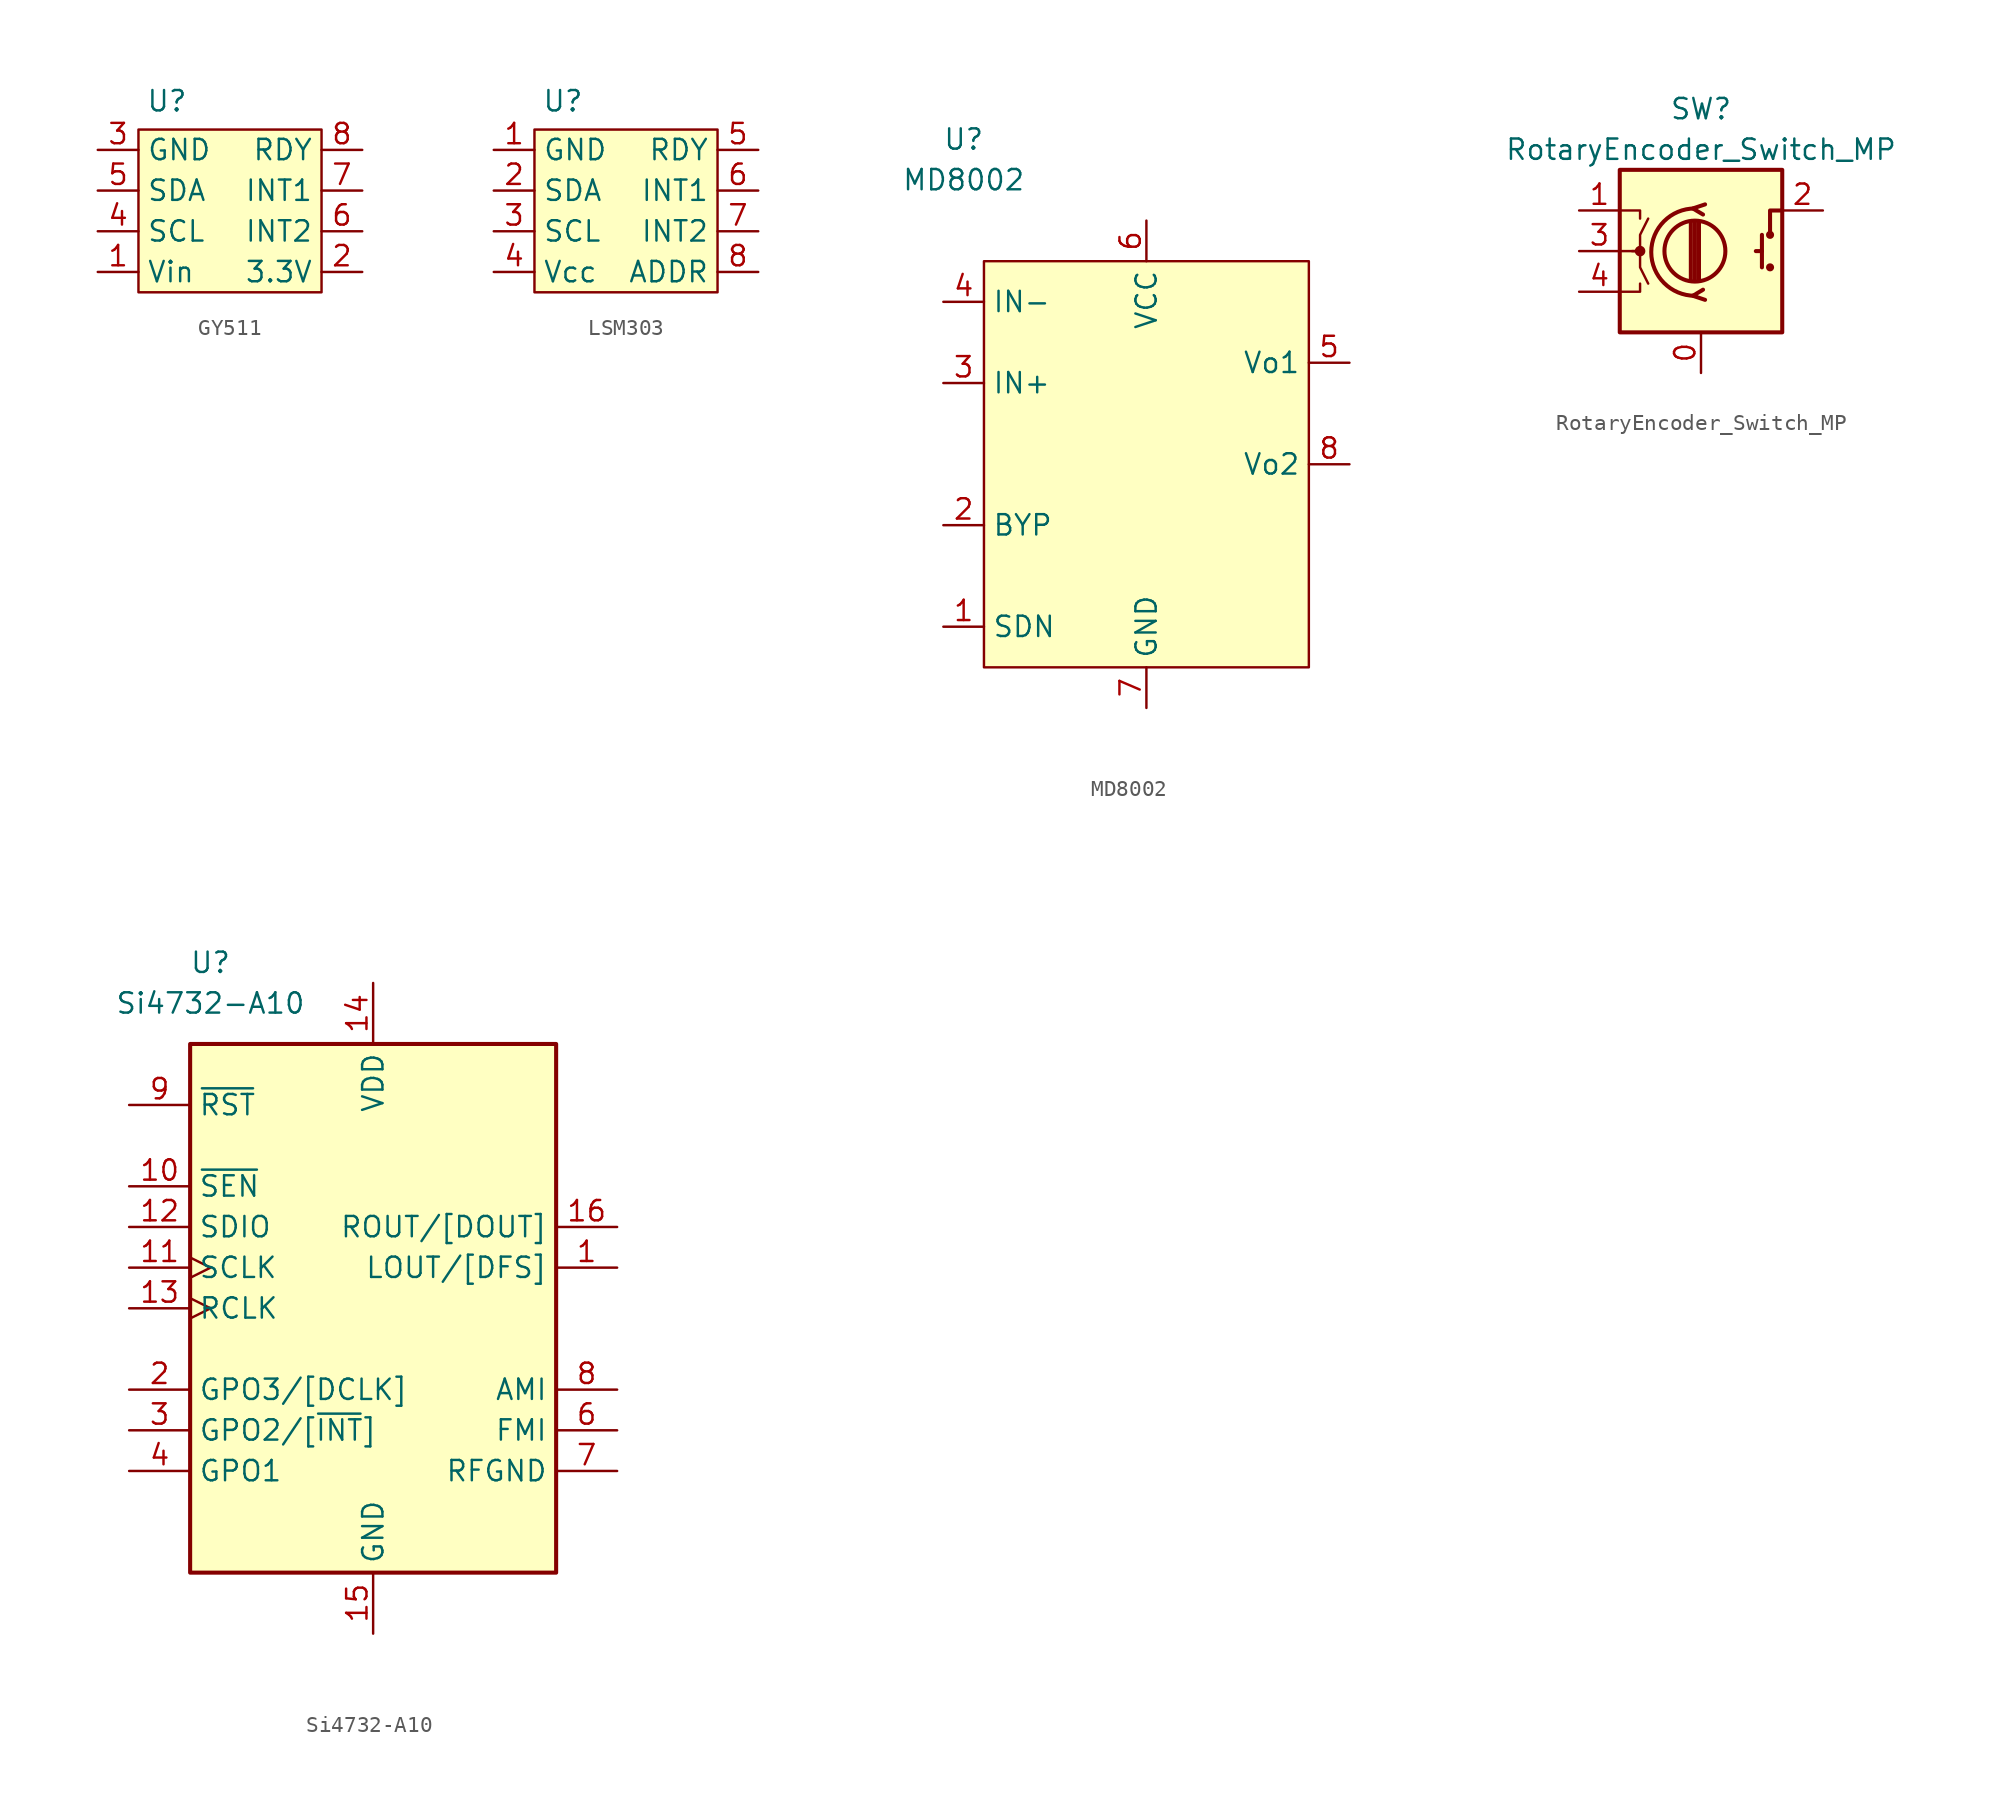
<source format=kicad_sym>
(kicad_symbol_lib
  (version 20231120)
  (generator "kicad_symbol_editor")
  (generator_version "8.0")
  (symbol "GY511"
    (property "Reference" "U"
      (at -4.572 6.858 0)
      (effects (font (size 1.27 1.27))))
    (property "Value" ""
      (at 0 0 0)
      (effects (font (size 1.27 1.27))))
    (symbol "GY511_1_1"
      (rectangle (start -6.35 5.08) (end 5.08 -5.08) (stroke (width 0) (type default)) (fill (type background)))
      (pin power_in line (at -8.89 -3.81 0) (length 2.54) (name "Vin" (effects (font (size 1.27 1.27)))) (number "1" (effects (font (size 1.27 1.27)))))
      (pin input line (at 7.62 -3.81 180) (length 2.54) (name "3.3V" (effects (font (size 1.27 1.27)))) (number "2" (effects (font (size 1.27 1.27)))))
      (pin power_in line (at -8.89 3.81 0) (length 2.54) (name "GND" (effects (font (size 1.27 1.27)))) (number "3" (effects (font (size 1.27 1.27)))))
      (pin bidirectional line (at -8.89 -1.27 0) (length 2.54) (name "SCL" (effects (font (size 1.27 1.27)))) (number "4" (effects (font (size 1.27 1.27)))))
      (pin bidirectional line (at -8.89 1.27 0) (length 2.54) (name "SDA" (effects (font (size 1.27 1.27)))) (number "5" (effects (font (size 1.27 1.27)))))
      (pin output line (at 7.62 -1.27 180) (length 2.54) (name "INT2" (effects (font (size 1.27 1.27)))) (number "6" (effects (font (size 1.27 1.27)))))
      (pin output line (at 7.62 1.27 180) (length 2.54) (name "INT1" (effects (font (size 1.27 1.27)))) (number "7" (effects (font (size 1.27 1.27)))))
      (pin output line (at 7.62 3.81 180) (length 2.54) (name "RDY" (effects (font (size 1.27 1.27)))) (number "8" (effects (font (size 1.27 1.27)))))))
  (symbol "LSM303"
    (property "Reference" "U"
      (at -4.572 6.858 0)
      (effects (font (size 1.27 1.27))))
    (property "Value" ""
      (at 0 0 0)
      (effects (font (size 1.27 1.27))))
    (symbol "LSM303_1_1"
      (rectangle (start -6.35 5.08) (end 5.08 -5.08) (stroke (width 0) (type default)) (fill (type background)))
      (pin power_in line (at -8.89 3.81 0) (length 2.54) (name "GND" (effects (font (size 1.27 1.27)))) (number "1" (effects (font (size 1.27 1.27)))))
      (pin bidirectional line (at -8.89 1.27 0) (length 2.54) (name "SDA" (effects (font (size 1.27 1.27)))) (number "2" (effects (font (size 1.27 1.27)))))
      (pin bidirectional line (at -8.89 -1.27 0) (length 2.54) (name "SCL" (effects (font (size 1.27 1.27)))) (number "3" (effects (font (size 1.27 1.27)))))
      (pin power_in line (at -8.89 -3.81 0) (length 2.54) (name "Vcc" (effects (font (size 1.27 1.27)))) (number "4" (effects (font (size 1.27 1.27)))))
      (pin output line (at 7.62 3.81 180) (length 2.54) (name "RDY" (effects (font (size 1.27 1.27)))) (number "5" (effects (font (size 1.27 1.27)))))
      (pin output line (at 7.62 1.27 180) (length 2.54) (name "INT1" (effects (font (size 1.27 1.27)))) (number "6" (effects (font (size 1.27 1.27)))))
      (pin output line (at 7.62 -1.27 180) (length 2.54) (name "INT2" (effects (font (size 1.27 1.27)))) (number "7" (effects (font (size 1.27 1.27)))))
      (pin input line (at 7.62 -3.81 180) (length 2.54) (name "ADDR" (effects (font (size 1.27 1.27)))) (number "8" (effects (font (size 1.27 1.27)))))))
  (symbol "MD8002"
    (property "Reference" "U"
      (at -1.27 7.62 0)
      (effects (font (size 1.27 1.27))))
    (property "Value" "MD8002"
      (at -1.27 5.08 0)
      (effects (font (size 1.27 1.27))))
    (symbol "MD8002_0_1"
      (rectangle (start 0 0) (end 20.32 -25.4) (stroke (width 0) (type default)) (fill (type background))))
    (symbol "MD8002_1_1"
      (pin input line (at -2.54 -22.86 0) (length 2.54) (name "SDN" (effects (font (size 1.27 1.27)))) (number "1" (effects (font (size 1.27 1.27)))))
      (pin input line (at -2.54 -16.51 0) (length 2.54) (name "BYP" (effects (font (size 1.27 1.27)))) (number "2" (effects (font (size 1.27 1.27)))))
      (pin input line (at -2.54 -7.62 0) (length 2.54) (name "IN+" (effects (font (size 1.27 1.27)))) (number "3" (effects (font (size 1.27 1.27)))))
      (pin input line (at -2.54 -2.54 0) (length 2.54) (name "IN-" (effects (font (size 1.27 1.27)))) (number "4" (effects (font (size 1.27 1.27)))))
      (pin output line (at 22.86 -6.35 180) (length 2.54) (name "Vo1" (effects (font (size 1.27 1.27)))) (number "5" (effects (font (size 1.27 1.27)))))
      (pin power_in line (at 10.16 2.54 270) (length 2.54) (name "VCC" (effects (font (size 1.27 1.27)))) (number "6" (effects (font (size 1.27 1.27)))))
      (pin power_in line (at 10.16 -27.94 90) (length 2.54) (name "GND" (effects (font (size 1.27 1.27)))) (number "7" (effects (font (size 1.27 1.27)))))
      (pin output line (at 22.86 -12.7 180) (length 2.54) (name "Vo2" (effects (font (size 1.27 1.27)))) (number "8" (effects (font (size 1.27 1.27)))))))
  (symbol "RotaryEncoder_Switch_MP"
    (pin_names
      (offset 0.254) hide)
    (property "Reference" "SW"
      (at 0 8.89 0)
      (effects (font (size 1.27 1.27))))
    (property "Value" "RotaryEncoder_Switch_MP"
      (at 0 6.35 0)
      (effects (font (size 1.27 1.27))))
    (symbol "RotaryEncoder_Switch_MP_0_1"
      (rectangle (start -5.08 5.08) (end 5.08 -5.08) (stroke (width 0.254) (type default)) (fill (type background)))
      (circle (center -3.81 0) (radius 0.254) (stroke (width 0) (type default)) (fill (type outline)))
      (circle (center -0.381 0) (radius 1.905) (stroke (width 0.254) (type default)) (fill (type none)))
      (arc (start -0.381 2.667) (mid -3.0988 -0.0635) (end -0.381 -2.794) (stroke (width 0.254) (type default)) (fill (type none)))
      (polyline (pts (xy -0.635 -1.778) (xy -0.635 1.778)) (stroke (width 0.254) (type default)) (fill (type none)))
      (polyline (pts (xy -0.381 -1.778) (xy -0.381 1.778)) (stroke (width 0.254) (type default)) (fill (type none)))
      (polyline (pts (xy -0.127 1.778) (xy -0.127 -1.778)) (stroke (width 0.254) (type default)) (fill (type none)))
      (polyline (pts (xy 3.81 0) (xy 3.429 0)) (stroke (width 0.254) (type default)) (fill (type none)))
      (polyline (pts (xy 3.81 1.016) (xy 3.81 -1.016)) (stroke (width 0.254) (type default)) (fill (type none)))
      (polyline (pts (xy -5.08 -2.54) (xy -3.81 -2.54) (xy -3.81 -2.032)) (stroke (width 0) (type default)) (fill (type none)))
      (polyline (pts (xy -5.08 2.54) (xy -3.81 2.54) (xy -3.81 2.032)) (stroke (width 0) (type default)) (fill (type none)))
      (polyline (pts (xy 0.254 -3.048) (xy -0.508 -2.794) (xy 0.127 -2.413)) (stroke (width 0.254) (type default)) (fill (type none)))
      (polyline (pts (xy 0.254 2.921) (xy -0.508 2.667) (xy 0.127 2.286)) (stroke (width 0.254) (type default)) (fill (type none)))
      (polyline (pts (xy 5.08 2.54) (xy 4.318 2.54) (xy 4.318 1.016)) (stroke (width 0.254) (type default)) (fill (type none)))
      (polyline (pts (xy -5.08 0) (xy -3.81 0) (xy -3.81 -1.016) (xy -3.302 -2.032)) (stroke (width 0) (type default)) (fill (type none)))
      (polyline (pts (xy -4.318 0) (xy -3.81 0) (xy -3.81 1.016) (xy -3.302 2.032)) (stroke (width 0) (type default)) (fill (type none)))
      (circle (center 4.318 -1.016) (radius 0.127) (stroke (width 0.254) (type default)) (fill (type none)))
      (circle (center 4.318 1.016) (radius 0.127) (stroke (width 0.254) (type default)) (fill (type none))))
    (symbol "RotaryEncoder_Switch_MP_1_1"
      (pin passive line (at 0 -7.62 90) (length 2.54) (name "MP" (effects (font (size 1.27 1.27)))) (number "0" (effects (font (size 1.27 1.27)))))
      (pin passive line (at -7.62 2.54 0) (length 2.54) (name "A" (effects (font (size 1.27 1.27)))) (number "1" (effects (font (size 1.27 1.27)))))
      (pin passive line (at 7.62 2.54 180) (length 2.54) (name "S1" (effects (font (size 1.27 1.27)))) (number "2" (effects (font (size 1.27 1.27)))))
      (pin passive line (at -7.62 0 0) (length 2.54) (name "C" (effects (font (size 1.27 1.27)))) (number "3" (effects (font (size 1.27 1.27)))))
      (pin passive line (at -7.62 -2.54 0) (length 2.54) (name "B" (effects (font (size 1.27 1.27)))) (number "4" (effects (font (size 1.27 1.27)))))))
  (symbol "Si4732-A10"
    (property "Reference" "U"
      (at -10.16 20.32 0)
      (effects (font (size 1.27 1.27))))
    (property "Value" "Si4732-A10"
      (at -10.16 17.78 0)
      (effects (font (size 1.27 1.27))))
    (symbol "Si4732-A10_0_1"
      (rectangle (start 11.43 15.24) (end -11.43 -17.78) (stroke (width 0.254) (type default)) (fill (type background))))
    (symbol "Si4732-A10_1_1"
      (pin bidirectional line (at 15.24 1.27 180) (length 3.81) (name "LOUT/[DFS]" (effects (font (size 1.27 1.27)))) (number "1" (effects (font (size 1.27 1.27)))))
      (pin input line (at -15.24 6.35 0) (length 3.81) (name "~{SEN}" (effects (font (size 1.27 1.27)))) (number "10" (effects (font (size 1.27 1.27)))))
      (pin input clock (at -15.24 1.27 0) (length 3.81) (name "SCLK" (effects (font (size 1.27 1.27)))) (number "11" (effects (font (size 1.27 1.27)))))
      (pin bidirectional line (at -15.24 3.81 0) (length 3.81) (name "SDIO" (effects (font (size 1.27 1.27)))) (number "12" (effects (font (size 1.27 1.27)))))
      (pin input clock (at -15.24 -1.27 0) (length 3.81) (name "RCLK" (effects (font (size 1.27 1.27)))) (number "13" (effects (font (size 1.27 1.27)))))
      (pin power_in line (at 0 19.05 270) (length 3.81) (name "VDD" (effects (font (size 1.27 1.27)))) (number "14" (effects (font (size 1.27 1.27)))))
      (pin power_in line (at 0 -21.59 90) (length 3.81) (name "GND" (effects (font (size 1.27 1.27)))) (number "15" (effects (font (size 1.27 1.27)))))
      (pin output line (at 15.24 3.81 180) (length 3.81) (name "ROUT/[DOUT]" (effects (font (size 1.27 1.27)))) (number "16" (effects (font (size 1.27 1.27)))))
      (pin bidirectional line (at -15.24 -6.35 0) (length 3.81) (name "GPO3/[DCLK]" (effects (font (size 1.27 1.27)))) (number "2" (effects (font (size 1.27 1.27)))))
      (pin output line (at -15.24 -8.89 0) (length 3.81) (name "GPO2/[~{INT}]" (effects (font (size 1.27 1.27)))) (number "3" (effects (font (size 1.27 1.27)))))
      (pin output line (at -15.24 -11.43 0) (length 3.81) (name "GPO1" (effects (font (size 1.27 1.27)))) (number "4" (effects (font (size 1.27 1.27)))))
      (pin no_connect line (at -15.24 -15.24 0) (length 3.81) hide (name "NC" (effects (font (size 1.27 1.27)))) (number "5" (effects (font (size 1.27 1.27)))))
      (pin input line (at 15.24 -8.89 180) (length 3.81) (name "FMI" (effects (font (size 1.27 1.27)))) (number "6" (effects (font (size 1.27 1.27)))))
      (pin power_in line (at 15.24 -11.43 180) (length 3.81) (name "RFGND" (effects (font (size 1.27 1.27)))) (number "7" (effects (font (size 1.27 1.27)))))
      (pin input line (at 15.24 -6.35 180) (length 3.81) (name "AMI" (effects (font (size 1.27 1.27)))) (number "8" (effects (font (size 1.27 1.27)))))
      (pin input line (at -15.24 11.43 0) (length 3.81) (name "~{RST}" (effects (font (size 1.27 1.27)))) (number "9" (effects (font (size 1.27 1.27))))))))
</source>
